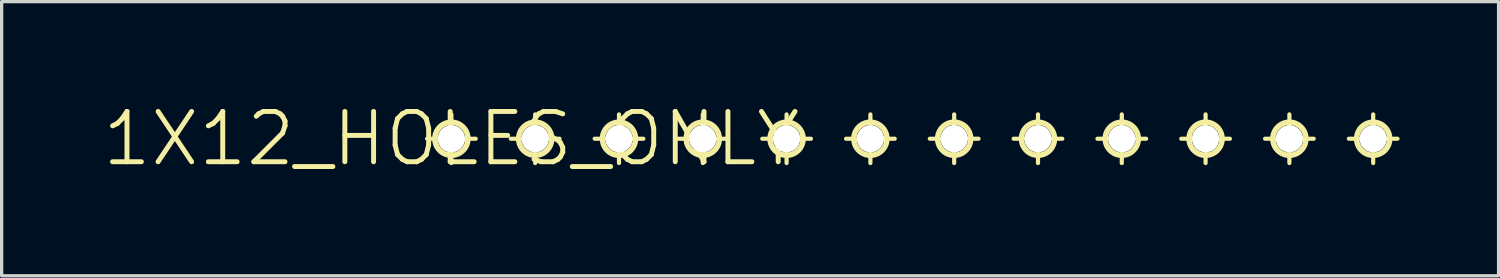
<source format=kicad_pcb>
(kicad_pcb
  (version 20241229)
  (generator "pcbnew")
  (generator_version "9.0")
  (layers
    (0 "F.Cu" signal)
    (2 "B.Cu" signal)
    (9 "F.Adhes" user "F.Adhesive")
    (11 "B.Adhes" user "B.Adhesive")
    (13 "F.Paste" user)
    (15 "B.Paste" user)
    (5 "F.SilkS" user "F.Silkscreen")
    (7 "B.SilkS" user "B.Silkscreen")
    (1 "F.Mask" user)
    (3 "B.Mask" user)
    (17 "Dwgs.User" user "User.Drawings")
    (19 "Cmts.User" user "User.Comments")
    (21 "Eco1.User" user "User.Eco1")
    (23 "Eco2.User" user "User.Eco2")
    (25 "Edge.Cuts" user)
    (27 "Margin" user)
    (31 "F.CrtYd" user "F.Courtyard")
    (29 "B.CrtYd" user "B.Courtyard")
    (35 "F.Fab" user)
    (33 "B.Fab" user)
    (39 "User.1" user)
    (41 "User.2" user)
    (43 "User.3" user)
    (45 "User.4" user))
  (footprint "1X12_HOLES_ONLY"
    (layer "F.Cu")
    (at 10.632 1.155)
    (property "Reference" "1X12_HOLES_ONLY" (at 0 0 0) (layer "F.SilkS") (effects (font (size 1.524 1.524) (thickness 0.15))))
    (attr exclude_from_pos_files exclude_from_bom)
    (fp_line (start -0.737 0) (end 0.737 0) (stroke (width 0.127) (type solid)) (layer "F.SilkS"))
    (fp_line (start 0 0.737) (end 0 -0.737) (stroke (width 0.127) (type solid)) (layer "F.SilkS"))
    (fp_line (start 1.801 0) (end 3.277 0) (stroke (width 0.127) (type solid)) (layer "F.SilkS"))
    (fp_line (start 2.54 0.737) (end 2.54 -0.737) (stroke (width 0.127) (type solid)) (layer "F.SilkS"))
    (fp_line (start 4.343 0) (end 5.817 0) (stroke (width 0.127) (type solid)) (layer "F.SilkS"))
    (fp_line (start 5.08 0.737) (end 5.08 -0.737) (stroke (width 0.127) (type solid)) (layer "F.SilkS"))
    (fp_line (start 6.883 0) (end 8.357 0) (stroke (width 0.127) (type solid)) (layer "F.SilkS"))
    (fp_line (start 7.62 0.737) (end 7.62 -0.737) (stroke (width 0.127) (type solid)) (layer "F.SilkS"))
    (fp_line (start 9.423 0) (end 10.897 0) (stroke (width 0.127) (type solid)) (layer "F.SilkS"))
    (fp_line (start 10.16 0.737) (end 10.16 -0.737) (stroke (width 0.127) (type solid)) (layer "F.SilkS"))
    (fp_line (start 11.963 0) (end 13.437 0) (stroke (width 0.127) (type solid)) (layer "F.SilkS"))
    (fp_line (start 12.7 0.737) (end 12.7 -0.737) (stroke (width 0.127) (type solid)) (layer "F.SilkS"))
    (fp_line (start 14.501 0) (end 15.977 0) (stroke (width 0.127) (type solid)) (layer "F.SilkS"))
    (fp_line (start 15.24 0.737) (end 15.24 -0.737) (stroke (width 0.127) (type solid)) (layer "F.SilkS"))
    (fp_line (start 17.043 0) (end 18.517 0) (stroke (width 0.127) (type solid)) (layer "F.SilkS"))
    (fp_line (start 17.78 0.737) (end 17.78 -0.737) (stroke (width 0.127) (type solid)) (layer "F.SilkS"))
    (fp_line (start 19.583 0) (end 21.057 0) (stroke (width 0.127) (type solid)) (layer "F.SilkS"))
    (fp_line (start 20.32 0.737) (end 20.32 -0.737) (stroke (width 0.127) (type solid)) (layer "F.SilkS"))
    (fp_line (start 22.123 0) (end 23.597 0) (stroke (width 0.127) (type solid)) (layer "F.SilkS"))
    (fp_line (start 22.86 0.737) (end 22.86 -0.737) (stroke (width 0.127) (type solid)) (layer "F.SilkS"))
    (fp_line (start 24.663 0) (end 26.137 0) (stroke (width 0.127) (type solid)) (layer "F.SilkS"))
    (fp_line (start 25.4 0.737) (end 25.4 -0.737) (stroke (width 0.127) (type solid)) (layer "F.SilkS"))
    (fp_line (start 27.203 0) (end 28.677 0) (stroke (width 0.127) (type solid)) (layer "F.SilkS"))
    (fp_line (start 27.94 0.737) (end 27.94 -0.737) (stroke (width 0.127) (type solid)) (layer "F.SilkS"))
    (fp_circle (center 0 0) (end -0.368 0.368) (stroke (width 0.127) (type solid)) (fill no) (layer "F.SilkS"))
    (fp_circle (center 0 0) (end -0.318 0.318) (stroke (width 0.064) (type solid)) (fill no) (layer "F.SilkS"))
    (fp_circle (center 2.54 0) (end 2.857 0.318) (stroke (width 0.064) (type solid)) (fill no) (layer "F.SilkS"))
    (fp_circle (center 2.54 0) (end 2.908 0.368) (stroke (width 0.127) (type solid)) (fill no) (layer "F.SilkS"))
    (fp_circle (center 5.08 0) (end 5.397 0.318) (stroke (width 0.064) (type solid)) (fill no) (layer "F.SilkS"))
    (fp_circle (center 5.08 0) (end 5.448 0.368) (stroke (width 0.127) (type solid)) (fill no) (layer "F.SilkS"))
    (fp_circle (center 7.62 0) (end 7.938 0.318) (stroke (width 0.064) (type solid)) (fill no) (layer "F.SilkS"))
    (fp_circle (center 7.62 0) (end 7.988 0.368) (stroke (width 0.127) (type solid)) (fill no) (layer "F.SilkS"))
    (fp_circle (center 10.16 0) (end 10.477 0.318) (stroke (width 0.064) (type solid)) (fill no) (layer "F.SilkS"))
    (fp_circle (center 10.16 0) (end 10.528 0.368) (stroke (width 0.127) (type solid)) (fill no) (layer "F.SilkS"))
    (fp_circle (center 12.7 0) (end 13.018 0.318) (stroke (width 0.064) (type solid)) (fill no) (layer "F.SilkS"))
    (fp_circle (center 12.7 0) (end 13.068 0.368) (stroke (width 0.127) (type solid)) (fill no) (layer "F.SilkS"))
    (fp_circle (center 15.24 0) (end 15.557 0.318) (stroke (width 0.064) (type solid)) (fill no) (layer "F.SilkS"))
    (fp_circle (center 15.24 0) (end 15.608 0.368) (stroke (width 0.127) (type solid)) (fill no) (layer "F.SilkS"))
    (fp_circle (center 17.78 0) (end 18.098 0.318) (stroke (width 0.064) (type solid)) (fill no) (layer "F.SilkS"))
    (fp_circle (center 17.78 0) (end 18.148 0.368) (stroke (width 0.127) (type solid)) (fill no) (layer "F.SilkS"))
    (fp_circle (center 20.32 0) (end 20.637 0.318) (stroke (width 0.064) (type solid)) (fill no) (layer "F.SilkS"))
    (fp_circle (center 20.32 0) (end 20.688 0.368) (stroke (width 0.127) (type solid)) (fill no) (layer "F.SilkS"))
    (fp_circle (center 22.86 0) (end 23.177 0.318) (stroke (width 0.064) (type solid)) (fill no) (layer "F.SilkS"))
    (fp_circle (center 22.86 0) (end 23.228 0.368) (stroke (width 0.127) (type solid)) (fill no) (layer "F.SilkS"))
    (fp_circle (center 25.4 0) (end 25.718 0.318) (stroke (width 0.064) (type solid)) (fill no) (layer "F.SilkS"))
    (fp_circle (center 25.4 0) (end 25.768 0.368) (stroke (width 0.127) (type solid)) (fill no) (layer "F.SilkS"))
    (fp_circle (center 27.94 0) (end 28.258 0.318) (stroke (width 0.064) (type solid)) (fill no) (layer "F.SilkS"))
    (fp_circle (center 27.94 0) (end 28.308 0.368) (stroke (width 0.127) (type solid)) (fill no) (layer "F.SilkS"))
    (pad "1" thru_hole circle (at 0 0) (size 0.813 0.813) (drill 0.889) (layers "*.Cu" "F.Mask" "F.SilkS" "F.Paste"))
    (pad "2" thru_hole circle (at 2.54 0) (size 0.813 0.813) (drill 0.889) (layers "*.Cu" "F.Mask" "F.SilkS" "F.Paste"))
    (pad "3" thru_hole circle (at 5.08 0) (size 0.813 0.813) (drill 0.889) (layers "*.Cu" "F.Mask" "F.SilkS" "F.Paste"))
    (pad "4" thru_hole circle (at 7.62 0) (size 0.813 0.813) (drill 0.889) (layers "*.Cu" "F.Mask" "F.SilkS" "F.Paste"))
    (pad "5" thru_hole circle (at 10.16 0) (size 0.813 0.813) (drill 0.889) (layers "*.Cu" "F.Mask" "F.SilkS" "F.Paste"))
    (pad "6" thru_hole circle (at 12.7 0) (size 0.813 0.813) (drill 0.889) (layers "*.Cu" "F.Mask" "F.SilkS" "F.Paste"))
    (pad "7" thru_hole circle (at 15.24 0) (size 0.813 0.813) (drill 0.889) (layers "*.Cu" "F.Mask" "F.SilkS" "F.Paste"))
    (pad "8" thru_hole circle (at 17.78 0) (size 0.813 0.813) (drill 0.889) (layers "*.Cu" "F.Mask" "F.SilkS" "F.Paste"))
    (pad "9" thru_hole circle (at 20.32 0) (size 0.813 0.813) (drill 0.889) (layers "*.Cu" "F.Mask" "F.SilkS" "F.Paste"))
    (pad "10" thru_hole circle (at 22.86 0) (size 0.813 0.813) (drill 0.889) (layers "*.Cu" "F.Mask" "F.SilkS" "F.Paste"))
    (pad "11" thru_hole circle (at 25.4 0) (size 0.813 0.813) (drill 0.889) (layers "*.Cu" "F.Mask" "F.SilkS" "F.Paste"))
    (pad "12" thru_hole circle (at 27.94 0) (size 0.813 0.813) (drill 0.889) (layers "*.Cu" "F.Mask" "F.SilkS" "F.Paste")))
  (gr_rect
    (start -3 -3)
    (end 42.372 5.31)
    (stroke (width 0.1) (type default))
    (fill no)
    (layer "Edge.Cuts")))
</source>
